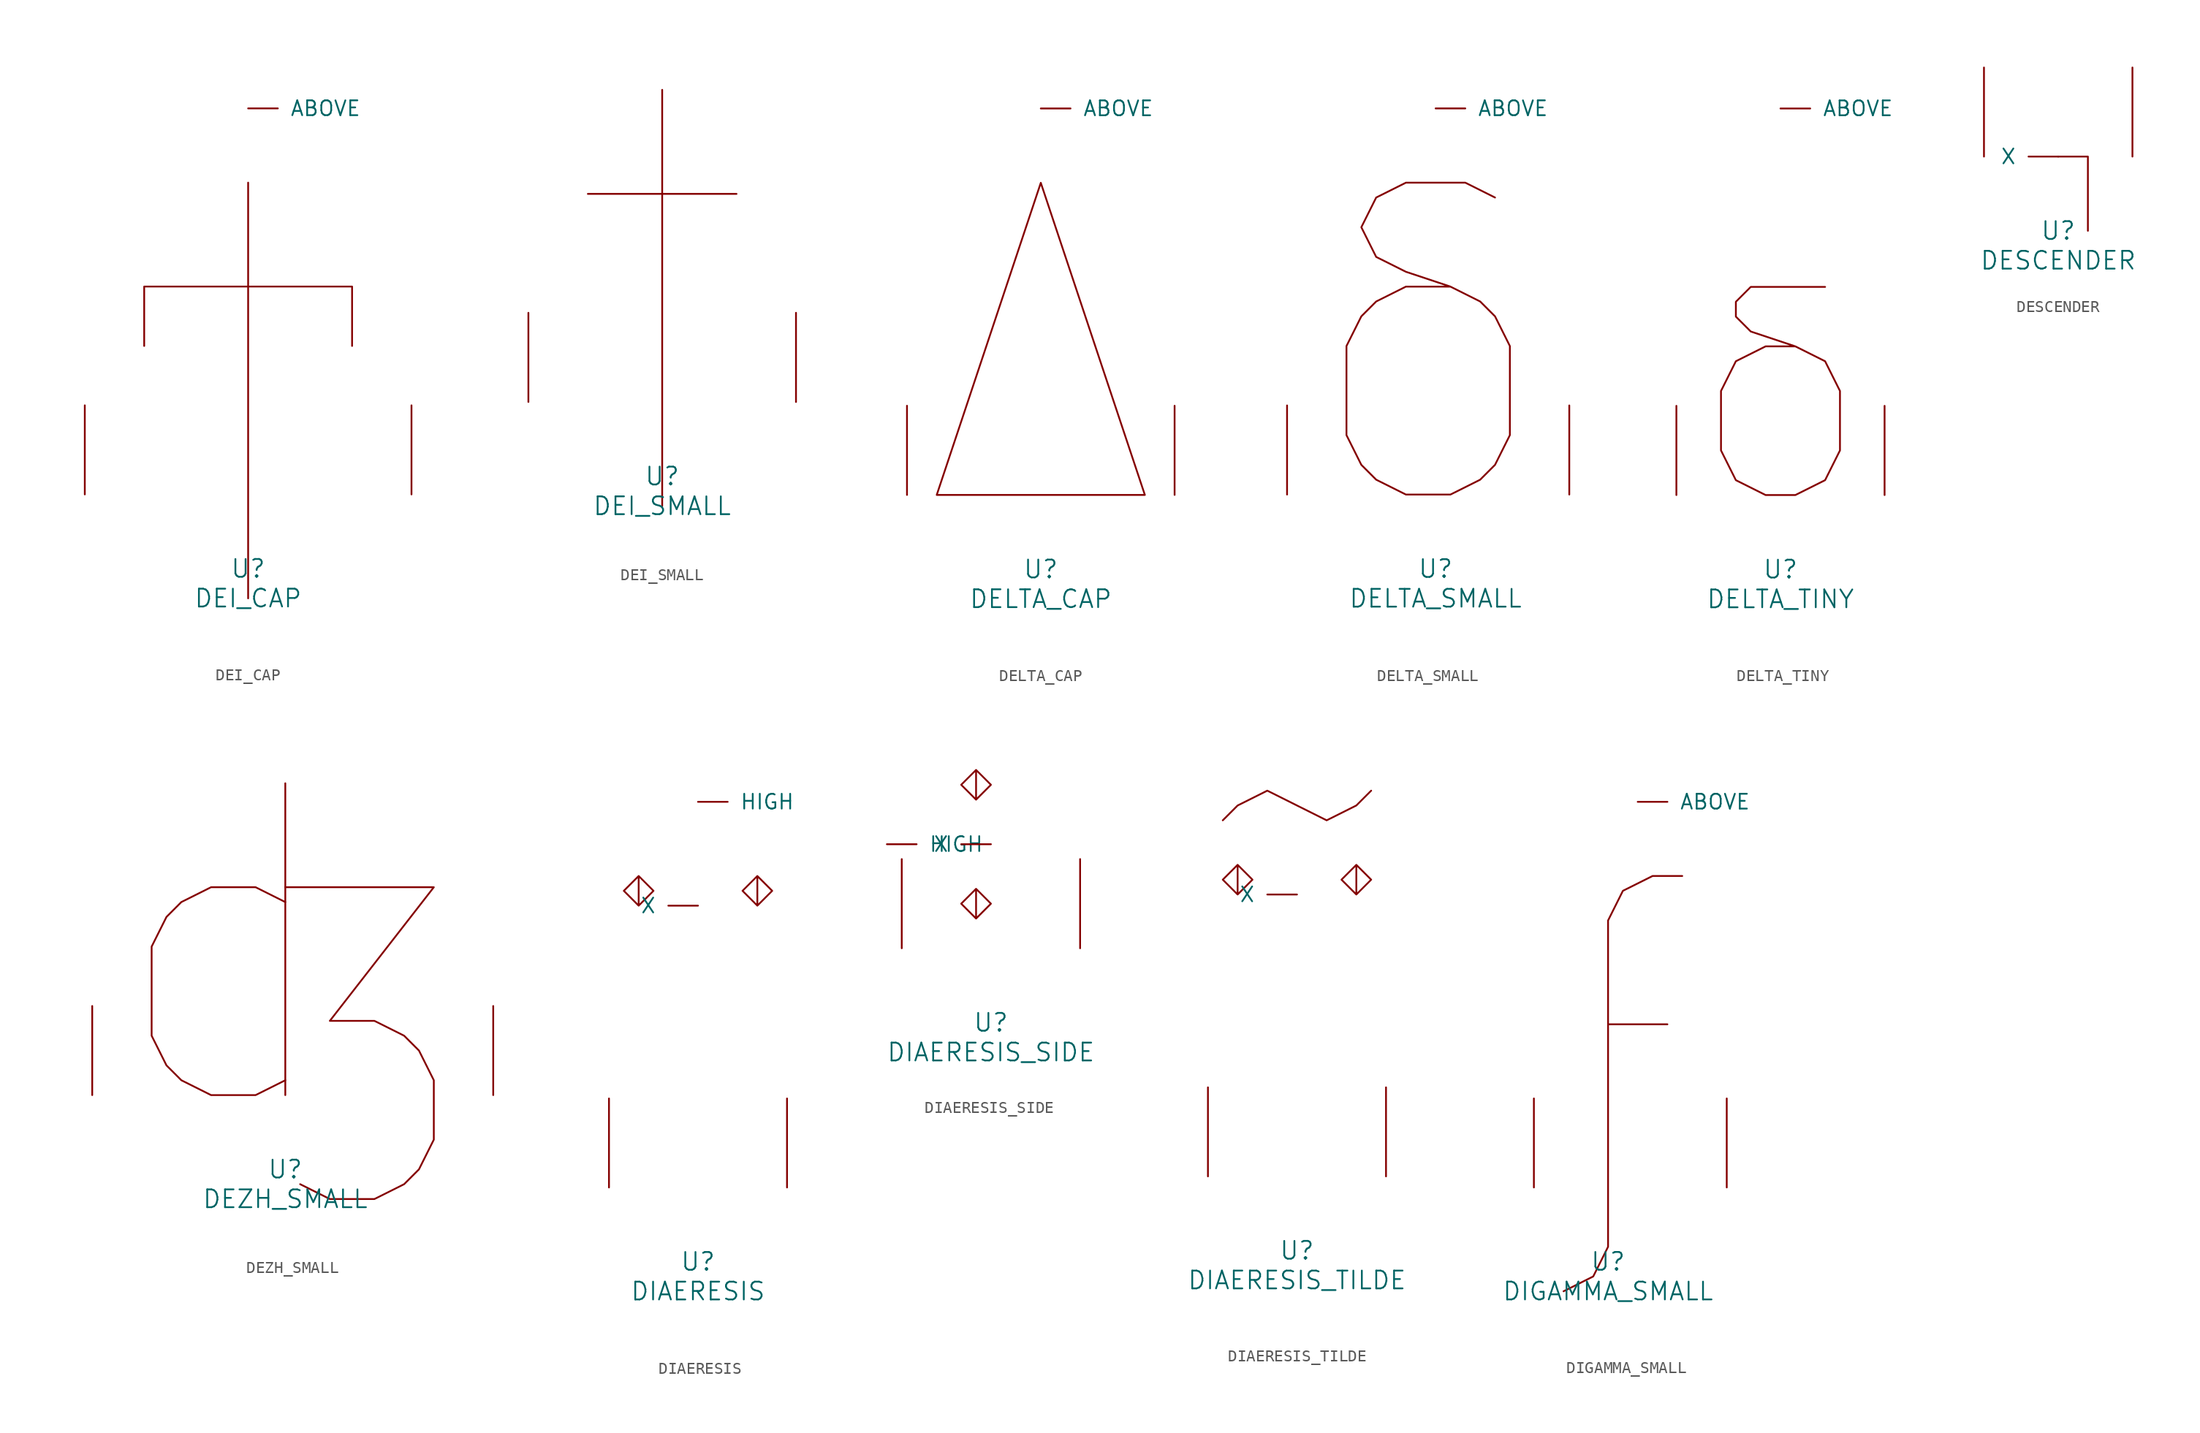
<source format=kicad_sym>
(kicad_symbol_lib
  (version 20220914)
  (generator font_lib2sym)
  (symbol "DEI_CAP"
    (pin_names
      (offset 1.016))
    (property "Reference" "U"
      (at 0 -6.35 0)
      (effects (font (size 1.524 1.524))))
    (property "Value" "DEI_CAP"
      (at 0 -8.89 0)
      (effects (font (size 1.524 1.524))))
    (symbol "DEI_CAP_0_1"
      (polyline (pts (xy 0 26.67) (xy 0 -8.89)) (stroke (width 0) (type solid)) (fill (type none)))
      (polyline (pts (xy -8.89 12.7) (xy -8.89 17.78) (xy 8.89 17.78) (xy 8.89 12.7)) (stroke (width 0) (type solid)) (fill (type none)))
      (pin input line (at 0 33.02 0) (length 2.54) (name "ABOVE" (effects (font (size 1.27 1.27)))) (number "~" (effects (font (size 1.27 1.27)))))
      (pin input line (at -13.97 0 90) (length 7.62) (name "~" (effects (font (size 1.27 1.27)))) (number "~" (effects (font (size 1.27 1.27)))))
      (pin input line (at 13.97 0 90) (length 7.62) (name "~" (effects (font (size 1.27 1.27)))) (number "~" (effects (font (size 1.27 1.27)))))))
  (symbol "DEI_SMALL"
    (pin_names
      (offset 1.016))
    (property "Reference" "U"
      (at 0 -6.35 0)
      (effects (font (size 1.524 1.524))))
    (property "Value" "DEI_SMALL"
      (at 0 -8.89 0)
      (effects (font (size 1.524 1.524))))
    (symbol "DEI_SMALL_0_1"
      (polyline (pts (xy -6.35 17.78) (xy 6.35 17.78)) (stroke (width 0) (type solid)) (fill (type none)))
      (polyline (pts (xy 0 26.67) (xy 0 -8.89)) (stroke (width 0) (type solid)) (fill (type none)))
      (pin input line (at -11.43 0 90) (length 7.62) (name "~" (effects (font (size 1.27 1.27)))) (number "~" (effects (font (size 1.27 1.27)))))
      (pin input line (at 11.43 0 90) (length 7.62) (name "~" (effects (font (size 1.27 1.27)))) (number "~" (effects (font (size 1.27 1.27)))))))
  (symbol "DELTA_CAP"
    (pin_names
      (offset 1.016))
    (property "Reference" "U"
      (at 0 -6.35 0)
      (effects (font (size 1.524 1.524))))
    (property "Value" "DELTA_CAP"
      (at 0 -8.89 0)
      (effects (font (size 1.524 1.524))))
    (symbol "DELTA_CAP_0_1"
      (polyline (pts (xy -8.89 0) (xy 0 26.67) (xy 8.89 0) (xy -8.89 0)) (stroke (width 0) (type solid)) (fill (type none)))
      (pin input line (at 0 33.02 0) (length 2.54) (name "ABOVE" (effects (font (size 1.27 1.27)))) (number "~" (effects (font (size 1.27 1.27)))))
      (pin input line (at -11.43 0 90) (length 7.62) (name "~" (effects (font (size 1.27 1.27)))) (number "~" (effects (font (size 1.27 1.27)))))
      (pin input line (at 11.43 0 90) (length 7.62) (name "~" (effects (font (size 1.27 1.27)))) (number "~" (effects (font (size 1.27 1.27)))))))
  (symbol "DELTA_SMALL"
    (pin_names
      (offset 1.016))
    (property "Reference" "U"
      (at 0 -6.35 0)
      (effects (font (size 1.524 1.524))))
    (property "Value" "DELTA_SMALL"
      (at 0 -8.89 0)
      (effects (font (size 1.524 1.524))))
    (symbol "DELTA_SMALL_0_1"
      (polyline (pts (xy 1.27 17.78) (xy -2.54 17.78) (xy -5.08 16.51) (xy -6.35 15.24) (xy -7.62 12.7) (xy -7.62 5.08) (xy -6.35 2.54) (xy -5.08 1.27) (xy -2.54 0) (xy 1.27 0) (xy 3.81 1.27) (xy 5.08 2.54) (xy 6.35 5.08) (xy 6.35 12.7) (xy 5.08 15.24) (xy 3.81 16.51) (xy 1.27 17.78) (xy -2.54 19.05) (xy -5.08 20.32) (xy -6.35 22.86) (xy -5.08 25.4) (xy -2.54 26.67) (xy 2.54 26.67) (xy 5.08 25.4)) (stroke (width 0) (type solid)) (fill (type none)))
      (pin input line (at 0 33.02 0) (length 2.54) (name "ABOVE" (effects (font (size 1.27 1.27)))) (number "~" (effects (font (size 1.27 1.27)))))
      (pin input line (at -12.7 0 90) (length 7.62) (name "~" (effects (font (size 1.27 1.27)))) (number "~" (effects (font (size 1.27 1.27)))))
      (pin input line (at 11.43 0 90) (length 7.62) (name "~" (effects (font (size 1.27 1.27)))) (number "~" (effects (font (size 1.27 1.27)))))))
  (symbol "DELTA_TINY"
    (pin_names
      (offset 1.016))
    (property "Reference" "U"
      (at 0 -6.35 0)
      (effects (font (size 1.524 1.524))))
    (property "Value" "DELTA_TINY"
      (at 0 -8.89 0)
      (effects (font (size 1.524 1.524))))
    (symbol "DELTA_TINY_0_1"
      (polyline (pts (xy 1.27 12.7) (xy -1.27 12.7) (xy -3.81 11.43) (xy -5.08 8.89) (xy -5.08 3.81) (xy -3.81 1.27) (xy -1.27 0) (xy 1.27 0) (xy 3.81 1.27) (xy 5.08 3.81) (xy 5.08 8.89) (xy 3.81 11.43) (xy 1.27 12.7) (xy -2.54 13.97) (xy -3.81 15.24) (xy -3.81 16.51) (xy -2.54 17.78) (xy 3.81 17.78)) (stroke (width 0) (type solid)) (fill (type none)))
      (pin input line (at 0 33.02 0) (length 2.54) (name "ABOVE" (effects (font (size 1.27 1.27)))) (number "~" (effects (font (size 1.27 1.27)))))
      (pin input line (at -8.89 0 90) (length 7.62) (name "~" (effects (font (size 1.27 1.27)))) (number "~" (effects (font (size 1.27 1.27)))))
      (pin input line (at 8.89 0 90) (length 7.62) (name "~" (effects (font (size 1.27 1.27)))) (number "~" (effects (font (size 1.27 1.27)))))))
  (symbol "DESCENDER"
    (pin_names
      (offset 1.016))
    (property "Reference" "U"
      (at 0 -6.35 0)
      (effects (font (size 1.524 1.524))))
    (property "Value" "DESCENDER"
      (at 0 -8.89 0)
      (effects (font (size 1.524 1.524))))
    (symbol "DESCENDER_0_1"
      (polyline (pts (xy 0 0) (xy 2.54 0) (xy 2.54 -6.35)) (stroke (width 0) (type solid)) (fill (type none)))
      (pin input line (at 0 0 180) (length 2.54) (name "X" (effects (font (size 1.27 1.27)))) (number "~" (effects (font (size 1.27 1.27)))))
      (pin input line (at -6.35 0 90) (length 7.62) (name "~" (effects (font (size 1.27 1.27)))) (number "~" (effects (font (size 1.27 1.27)))))
      (pin input line (at 6.35 0 90) (length 7.62) (name "~" (effects (font (size 1.27 1.27)))) (number "~" (effects (font (size 1.27 1.27)))))))
  (symbol "DEZH_SMALL"
    (pin_names
      (offset 1.016))
    (property "Reference" "U"
      (at 0 -6.35 0)
      (effects (font (size 1.524 1.524))))
    (property "Value" "DEZH_SMALL"
      (at 0 -8.89 0)
      (effects (font (size 1.524 1.524))))
    (symbol "DEZH_SMALL_0_1"
      (polyline (pts (xy 0 26.67) (xy 0 0)) (stroke (width 0) (type solid)) (fill (type none)))
      (polyline (pts (xy 0 16.51) (xy -2.54 17.78) (xy -6.35 17.78) (xy -8.89 16.51) (xy -10.16 15.24) (xy -11.43 12.7) (xy -11.43 5.08) (xy -10.16 2.54) (xy -8.89 1.27) (xy -6.35 0) (xy -2.54 0) (xy 0 1.27)) (stroke (width 0) (type solid)) (fill (type none)))
      (polyline (pts (xy 0 17.78) (xy 12.7 17.78) (xy 3.81 6.35) (xy 7.62 6.35) (xy 10.16 5.08) (xy 11.43 3.81) (xy 12.7 1.27) (xy 12.7 -3.81) (xy 11.43 -6.35) (xy 10.16 -7.62) (xy 7.62 -8.89) (xy 3.81 -8.89) (xy 1.27 -7.62)) (stroke (width 0) (type solid)) (fill (type none)))
      (pin input line (at -16.51 0 90) (length 7.62) (name "~" (effects (font (size 1.27 1.27)))) (number "~" (effects (font (size 1.27 1.27)))))
      (pin input line (at 17.78 0 90) (length 7.62) (name "~" (effects (font (size 1.27 1.27)))) (number "~" (effects (font (size 1.27 1.27)))))))
  (symbol "DIAERESIS"
    (pin_names
      (offset 1.016))
    (property "Reference" "U"
      (at 0 -6.35 0)
      (effects (font (size 1.524 1.524))))
    (property "Value" "DIAERESIS"
      (at 0 -8.89 0)
      (effects (font (size 1.524 1.524))))
    (symbol "DIAERESIS_0_1"
      (polyline (pts (xy -5.08 26.67) (xy -3.81 25.4) (xy -5.08 24.13) (xy -6.35 25.4) (xy -5.08 26.67) (xy -5.08 24.13)) (stroke (width 0) (type solid)) (fill (type none)))
      (polyline (pts (xy 5.08 26.67) (xy 6.35 25.4) (xy 5.08 24.13) (xy 3.81 25.4) (xy 5.08 26.67) (xy 5.08 24.13)) (stroke (width 0) (type solid)) (fill (type none)))
      (pin input line (at 0 33.02 0) (length 2.54) (name "HIGH" (effects (font (size 1.27 1.27)))) (number "~" (effects (font (size 1.27 1.27)))))
      (pin input line (at 0 24.13 180) (length 2.54) (name "X" (effects (font (size 1.27 1.27)))) (number "~" (effects (font (size 1.27 1.27)))))
      (pin input line (at -7.62 0 90) (length 7.62) (name "~" (effects (font (size 1.27 1.27)))) (number "~" (effects (font (size 1.27 1.27)))))
      (pin input line (at 7.62 0 90) (length 7.62) (name "~" (effects (font (size 1.27 1.27)))) (number "~" (effects (font (size 1.27 1.27)))))))
  (symbol "DIAERESIS_SIDE"
    (pin_names
      (offset 1.016))
    (property "Reference" "U"
      (at 0 -6.35 0)
      (effects (font (size 1.524 1.524))))
    (property "Value" "DIAERESIS_SIDE"
      (at 0 -8.89 0)
      (effects (font (size 1.524 1.524))))
    (symbol "DIAERESIS_SIDE_0_1"
      (polyline (pts (xy -1.27 5.08) (xy 0 3.81) (xy -1.27 2.54) (xy -2.54 3.81) (xy -1.27 5.08) (xy -1.27 2.54)) (stroke (width 0) (type solid)) (fill (type none)))
      (polyline (pts (xy -1.27 15.24) (xy 0 13.97) (xy -1.27 12.7) (xy -2.54 13.97) (xy -1.27 15.24) (xy -1.27 12.7)) (stroke (width 0) (type solid)) (fill (type none)))
      (pin input line (at -8.89 8.89 0) (length 2.54) (name "HIGH" (effects (font (size 1.27 1.27)))) (number "~" (effects (font (size 1.27 1.27)))))
      (pin input line (at 0 8.89 180) (length 2.54) (name "X" (effects (font (size 1.27 1.27)))) (number "~" (effects (font (size 1.27 1.27)))))
      (pin input line (at -7.62 0 90) (length 7.62) (name "~" (effects (font (size 1.27 1.27)))) (number "~" (effects (font (size 1.27 1.27)))))
      (pin input line (at 7.62 0 90) (length 7.62) (name "~" (effects (font (size 1.27 1.27)))) (number "~" (effects (font (size 1.27 1.27)))))))
  (symbol "DIAERESIS_TILDE"
    (pin_names
      (offset 1.016))
    (property "Reference" "U"
      (at 0 -6.35 0)
      (effects (font (size 1.524 1.524))))
    (property "Value" "DIAERESIS_TILDE"
      (at 0 -8.89 0)
      (effects (font (size 1.524 1.524))))
    (symbol "DIAERESIS_TILDE_0_1"
      (polyline (pts (xy -6.35 30.48) (xy -5.08 31.75) (xy -2.54 33.02) (xy 2.54 30.48) (xy 5.08 31.75) (xy 6.35 33.02)) (stroke (width 0) (type solid)) (fill (type none)))
      (polyline (pts (xy -5.08 26.67) (xy -3.81 25.4) (xy -5.08 24.13) (xy -6.35 25.4) (xy -5.08 26.67) (xy -5.08 24.13)) (stroke (width 0) (type solid)) (fill (type none)))
      (polyline (pts (xy 5.08 26.67) (xy 6.35 25.4) (xy 5.08 24.13) (xy 3.81 25.4) (xy 5.08 26.67) (xy 5.08 24.13)) (stroke (width 0) (type solid)) (fill (type none)))
      (pin input line (at 0 24.13 180) (length 2.54) (name "X" (effects (font (size 1.27 1.27)))) (number "~" (effects (font (size 1.27 1.27)))))
      (pin input line (at -7.62 0 90) (length 7.62) (name "~" (effects (font (size 1.27 1.27)))) (number "~" (effects (font (size 1.27 1.27)))))
      (pin input line (at 7.62 0 90) (length 7.62) (name "~" (effects (font (size 1.27 1.27)))) (number "~" (effects (font (size 1.27 1.27)))))))
  (symbol "DIGAMMA_SMALL"
    (pin_names
      (offset 1.016))
    (property "Reference" "U"
      (at 0 -6.35 0)
      (effects (font (size 1.524 1.524))))
    (property "Value" "DIGAMMA_SMALL"
      (at 0 -8.89 0)
      (effects (font (size 1.524 1.524))))
    (symbol "DIGAMMA_SMALL_0_1"
      (polyline (pts (xy 5.08 13.97) (xy 0 13.97)) (stroke (width 0) (type solid)) (fill (type none)))
      (polyline (pts (xy 6.35 26.67) (xy 3.81 26.67) (xy 1.27 25.4) (xy 0 22.86) (xy 0 -5.08) (xy -1.27 -7.62) (xy -3.81 -8.89)) (stroke (width 0) (type solid)) (fill (type none)))
      (pin input line (at 2.54 33.02 0) (length 2.54) (name "ABOVE" (effects (font (size 1.27 1.27)))) (number "~" (effects (font (size 1.27 1.27)))))
      (pin input line (at -6.35 0 90) (length 7.62) (name "~" (effects (font (size 1.27 1.27)))) (number "~" (effects (font (size 1.27 1.27)))))
      (pin input line (at 10.16 0 90) (length 7.62) (name "~" (effects (font (size 1.27 1.27)))) (number "~" (effects (font (size 1.27 1.27))))))))
</source>
